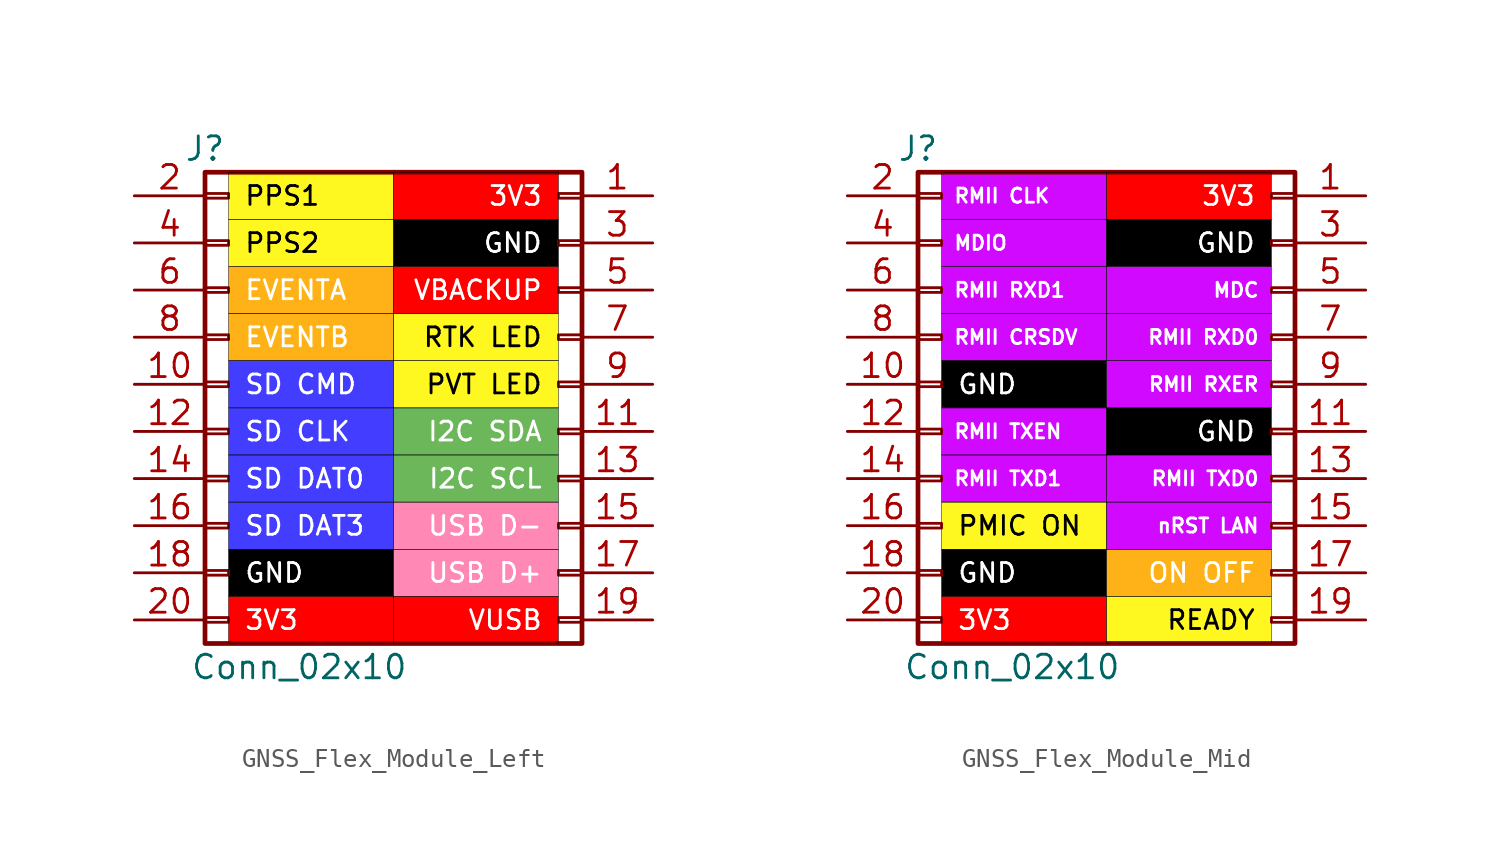
<source format=kicad_sym>
(kicad_symbol_lib
  (version 20241209)
  (generator "kicad_symbol_editor")
  (generator_version "9.0")
  (symbol "GNSS_Flex_Module_Left"
    (pin_names
      (offset 1.016)
      (hide yes))
    (property "Reference" "J"
      (at -10.16 12.7 0)
      (effects (font (size 1.27 1.27))))
    (property "Value" "Conn_02x10"
      (at -5.08 -15.24 0)
      (effects (font (size 1.27 1.27))))
    (symbol "GNSS_Flex_Module_Left_1_1"
      (rectangle (start -10.16 11.43) (end 10.16 -13.97) (stroke (width 0.254) (type default)) (fill (type none)))
      (rectangle (start -10.16 10.287) (end -8.89 10.033) (stroke (width 0.152) (type default)) (fill (type none)))
      (rectangle (start -10.16 7.747) (end -8.89 7.493) (stroke (width 0.152) (type default)) (fill (type none)))
      (rectangle (start -10.16 5.207) (end -8.89 4.953) (stroke (width 0.152) (type default)) (fill (type none)))
      (rectangle (start -10.16 2.667) (end -8.89 2.413) (stroke (width 0.152) (type default)) (fill (type none)))
      (rectangle (start -10.16 0.127) (end -8.89 -0.127) (stroke (width 0.152) (type default)) (fill (type none)))
      (rectangle (start -10.16 -2.413) (end -8.89 -2.667) (stroke (width 0.152) (type default)) (fill (type none)))
      (rectangle (start -10.16 -4.953) (end -8.89 -5.207) (stroke (width 0.152) (type default)) (fill (type none)))
      (rectangle (start -10.16 -7.493) (end -8.89 -7.747) (stroke (width 0.152) (type default)) (fill (type none)))
      (rectangle (start -10.16 -10.033) (end -8.89 -10.287) (stroke (width 0.152) (type default)) (fill (type none)))
      (rectangle (start -10.16 -12.573) (end -8.89 -12.827) (stroke (width 0.152) (type default)) (fill (type none)))
      (rectangle (start 8.89 10.287) (end 10.16 10.033) (stroke (width 0.152) (type default)) (fill (type none)))
      (rectangle (start 8.89 7.747) (end 10.16 7.493) (stroke (width 0.152) (type default)) (fill (type none)))
      (rectangle (start 8.89 5.207) (end 10.16 4.953) (stroke (width 0.152) (type default)) (fill (type none)))
      (rectangle (start 8.89 2.667) (end 10.16 2.413) (stroke (width 0.152) (type default)) (fill (type none)))
      (rectangle (start 8.89 0.127) (end 10.16 -0.127) (stroke (width 0.152) (type default)) (fill (type none)))
      (rectangle (start 8.89 -2.413) (end 10.16 -2.667) (stroke (width 0.152) (type default)) (fill (type none)))
      (rectangle (start 8.89 -4.953) (end 10.16 -5.207) (stroke (width 0.152) (type default)) (fill (type none)))
      (rectangle (start 8.89 -7.493) (end 10.16 -7.747) (stroke (width 0.152) (type default)) (fill (type none)))
      (rectangle (start 8.89 -10.033) (end 10.16 -10.287) (stroke (width 0.152) (type default)) (fill (type none)))
      (rectangle (start 8.89 -12.573) (end 10.16 -12.827) (stroke (width 0.152) (type default)) (fill (type none)))
      (text_box "PPS1" (at -8.89 11.43 0) (size 8.89 -2.54) (margins 0.813 0.813 0.813 0.813) (stroke (width 0.025) (type default) (color 0 0 1 1)) (fill (type color) (color 255 248 32 1)) (effects (font (size 1.016 1.016) (color 0 0 0 1)) (justify left)))
      (text_box "PPS2" (at -8.89 8.89 0) (size 8.89 -2.54) (margins 0.813 0.813 0.813 0.813) (stroke (width 0.025) (type default) (color 0 0 1 1)) (fill (type color) (color 255 248 32 1)) (effects (font (size 1.016 1.016) (color 0 0 0 1)) (justify left)))
      (text_box "EVENTA" (at -8.89 6.35 0) (size 8.89 -2.54) (margins 0.813 0.813 0.813 0.813) (stroke (width 0.025) (type default) (color 0 0 1 1)) (fill (type color) (color 255 178 23 1)) (effects (font (size 1.016 1.016) (color 255 255 255 1)) (justify left)))
      (text_box "EVENTB" (at -8.89 3.81 0) (size 8.89 -2.54) (margins 0.813 0.813 0.813 0.813) (stroke (width 0.025) (type default) (color 0 0 1 1)) (fill (type color) (color 255 178 23 1)) (effects (font (size 1.016 1.016) (color 255 255 255 1)) (justify left)))
      (text_box "SD CMD" (at -8.89 1.27 0) (size 8.89 -2.54) (margins 0.813 0.813 0.813 0.813) (stroke (width 0.025) (type default) (color 0 0 1 1)) (fill (type color) (color 67 61 255 1)) (effects (font (size 1.016 1.016) (color 255 255 255 1)) (justify left)))
      (text_box "SD CLK" (at -8.89 -1.27 0) (size 8.89 -2.54) (margins 0.813 0.813 0.813 0.813) (stroke (width 0.025) (type default) (color 0 0 1 1)) (fill (type color) (color 67 61 255 1)) (effects (font (size 1.016 1.016) (color 255 255 255 1)) (justify left)))
      (text_box "SD DAT0" (at -8.89 -3.81 0) (size 8.89 -2.54) (margins 0.813 0.813 0.813 0.813) (stroke (width 0.025) (type default) (color 0 0 1 1)) (fill (type color) (color 67 61 255 1)) (effects (font (size 1.016 1.016) (color 255 255 255 1)) (justify left)))
      (text_box "SD DAT3" (at -8.89 -6.35 0) (size 8.89 -2.54) (margins 0.813 0.813 0.813 0.813) (stroke (width 0.025) (type default) (color 0 0 1 1)) (fill (type color) (color 67 61 255 1)) (effects (font (size 1.016 1.016) (color 255 255 255 1)) (justify left)))
      (text_box "GND" (at -8.89 -8.89 0) (size 8.89 -2.54) (margins 0.813 0.813 0.813 0.813) (stroke (width 0.025) (type default) (color 0 0 1 1)) (fill (type color) (color 0 0 0 1)) (effects (font (size 1.016 1.016) (color 255 255 255 1)) (justify left)))
      (text_box "3V3" (at -8.89 -11.43 0) (size 8.89 -2.54) (margins 0.813 0.813 0.813 0.813) (stroke (width 0.025) (type default) (color 0 0 1 1)) (fill (type color) (color 255 0 0 1)) (effects (font (size 1.016 1.016) (color 255 255 255 1)) (justify left)))
      (text_box "3V3" (at 0 11.43 0) (size 8.89 -2.54) (margins 0.813 0.813 0.813 0.813) (stroke (width 0.025) (type default) (color 0 0 1 1)) (fill (type color) (color 255 0 0 1)) (effects (font (size 1.016 1.016) (color 255 255 255 1)) (justify right)))
      (text_box "GND" (at 0 8.89 0) (size 8.89 -2.54) (margins 0.813 0.813 0.813 0.813) (stroke (width 0.025) (type default) (color 0 0 1 1)) (fill (type color) (color 0 0 0 1)) (effects (font (size 1.016 1.016) (color 255 255 255 1)) (justify right)))
      (text_box "VBACKUP" (at 0 6.35 0) (size 8.89 -2.54) (margins 0.813 0.813 0.813 0.813) (stroke (width 0.025) (type default) (color 0 0 1 1)) (fill (type color) (color 255 0 0 1)) (effects (font (size 1.016 1.016) (color 255 255 255 1)) (justify right)))
      (text_box "RTK LED" (at 0 3.81 0) (size 8.89 -2.54) (margins 0.813 0.813 0.813 0.813) (stroke (width 0.025) (type default) (color 0 0 1 1)) (fill (type color) (color 255 248 32 1)) (effects (font (size 1.016 1.016) (color 0 0 0 1)) (justify right)))
      (text_box "PVT LED" (at 0 1.27 0) (size 8.89 -2.54) (margins 0.813 0.813 0.813 0.813) (stroke (width 0.025) (type default) (color 0 0 1 1)) (fill (type color) (color 255 248 32 1)) (effects (font (size 1.016 1.016) (color 0 0 0 1)) (justify right)))
      (text_box "I2C SDA" (at 0 -1.27 0) (size 8.89 -2.54) (margins 0.813 0.813 0.813 0.813) (stroke (width 0.025) (type default) (color 0 0 1 1)) (fill (type color) (color 108 183 90 1)) (effects (font (size 1.016 1.016) (color 255 255 255 1)) (justify right)))
      (text_box "I2C SCL" (at 0 -3.81 0) (size 8.89 -2.54) (margins 0.813 0.813 0.813 0.813) (stroke (width 0.025) (type default) (color 0 0 1 1)) (fill (type color) (color 108 183 90 1)) (effects (font (size 1.016 1.016) (color 255 255 255 1)) (justify right)))
      (text_box "USB D-" (at 0 -6.35 0) (size 8.89 -2.54) (margins 0.813 0.813 0.813 0.813) (stroke (width 0.025) (type default) (color 0 0 1 1)) (fill (type color) (color 255 136 181 1)) (effects (font (size 1.016 1.016) (color 255 255 255 1)) (justify right)))
      (text_box "USB D+" (at 0 -8.89 0) (size 8.89 -2.54) (margins 0.813 0.813 0.813 0.813) (stroke (width 0.025) (type default) (color 0 0 1 1)) (fill (type color) (color 255 136 181 1)) (effects (font (size 1.016 1.016) (color 255 255 255 1)) (justify right)))
      (text_box "VUSB" (at 0 -11.43 0) (size 8.89 -2.54) (margins 0.813 0.813 0.813 0.813) (stroke (width 0.025) (type default) (color 0 0 1 1)) (fill (type color) (color 255 0 0 1)) (effects (font (size 1.016 1.016) (color 255 255 255 1)) (justify right)))
      (pin passive line (at -13.97 10.16 0) (length 3.81) (name "Pin_2" (effects (font (size 1.27 1.27)))) (number "2" (effects (font (size 1.27 1.27)))))
      (pin passive line (at -13.97 7.62 0) (length 3.81) (name "Pin_4" (effects (font (size 1.27 1.27)))) (number "4" (effects (font (size 1.27 1.27)))))
      (pin passive line (at -13.97 5.08 0) (length 3.81) (name "Pin_6" (effects (font (size 1.27 1.27)))) (number "6" (effects (font (size 1.27 1.27)))))
      (pin passive line (at -13.97 2.54 0) (length 3.81) (name "Pin_8" (effects (font (size 1.27 1.27)))) (number "8" (effects (font (size 1.27 1.27)))))
      (pin passive line (at -13.97 0 0) (length 3.81) (name "Pin_10" (effects (font (size 1.27 1.27)))) (number "10" (effects (font (size 1.27 1.27)))))
      (pin passive line (at -13.97 -2.54 0) (length 3.81) (name "Pin_12" (effects (font (size 1.27 1.27)))) (number "12" (effects (font (size 1.27 1.27)))))
      (pin passive line (at -13.97 -5.08 0) (length 3.81) (name "Pin_14" (effects (font (size 1.27 1.27)))) (number "14" (effects (font (size 1.27 1.27)))))
      (pin passive line (at -13.97 -7.62 0) (length 3.81) (name "Pin_16" (effects (font (size 1.27 1.27)))) (number "16" (effects (font (size 1.27 1.27)))))
      (pin passive line (at -13.97 -10.16 0) (length 3.81) (name "Pin_18" (effects (font (size 1.27 1.27)))) (number "18" (effects (font (size 1.27 1.27)))))
      (pin passive line (at -13.97 -12.7 0) (length 3.81) (name "Pin_20" (effects (font (size 1.27 1.27)))) (number "20" (effects (font (size 1.27 1.27)))))
      (pin passive line (at 13.97 10.16 180) (length 3.81) (name "Pin_1" (effects (font (size 1.27 1.27)))) (number "1" (effects (font (size 1.27 1.27)))))
      (pin passive line (at 13.97 7.62 180) (length 3.81) (name "Pin_3" (effects (font (size 1.27 1.27)))) (number "3" (effects (font (size 1.27 1.27)))))
      (pin passive line (at 13.97 5.08 180) (length 3.81) (name "Pin_5" (effects (font (size 1.27 1.27)))) (number "5" (effects (font (size 1.27 1.27)))))
      (pin passive line (at 13.97 2.54 180) (length 3.81) (name "Pin_7" (effects (font (size 1.27 1.27)))) (number "7" (effects (font (size 1.27 1.27)))))
      (pin passive line (at 13.97 0 180) (length 3.81) (name "Pin_9" (effects (font (size 1.27 1.27)))) (number "9" (effects (font (size 1.27 1.27)))))
      (pin passive line (at 13.97 -2.54 180) (length 3.81) (name "Pin_11" (effects (font (size 1.27 1.27)))) (number "11" (effects (font (size 1.27 1.27)))))
      (pin passive line (at 13.97 -5.08 180) (length 3.81) (name "Pin_13" (effects (font (size 1.27 1.27)))) (number "13" (effects (font (size 1.27 1.27)))))
      (pin passive line (at 13.97 -7.62 180) (length 3.81) (name "Pin_15" (effects (font (size 1.27 1.27)))) (number "15" (effects (font (size 1.27 1.27)))))
      (pin passive line (at 13.97 -10.16 180) (length 3.81) (name "Pin_17" (effects (font (size 1.27 1.27)))) (number "17" (effects (font (size 1.27 1.27)))))
      (pin passive line (at 13.97 -12.7 180) (length 3.81) (name "Pin_19" (effects (font (size 1.27 1.27)))) (number "19" (effects (font (size 1.27 1.27)))))))
  (symbol "GNSS_Flex_Module_Mid"
    (pin_names
      (offset 1.016)
      (hide yes))
    (property "Reference" "J"
      (at -10.16 12.7 0)
      (effects (font (size 1.27 1.27))))
    (property "Value" "Conn_02x10"
      (at -5.08 -15.24 0)
      (effects (font (size 1.27 1.27))))
    (symbol "GNSS_Flex_Module_Mid_1_1"
      (rectangle (start -10.16 11.43) (end 10.16 -13.97) (stroke (width 0.254) (type default)) (fill (type none)))
      (rectangle (start -10.16 10.287) (end -8.89 10.033) (stroke (width 0.152) (type default)) (fill (type none)))
      (rectangle (start -10.16 7.747) (end -8.89 7.493) (stroke (width 0.152) (type default)) (fill (type none)))
      (rectangle (start -10.16 5.207) (end -8.89 4.953) (stroke (width 0.152) (type default)) (fill (type none)))
      (rectangle (start -10.16 2.667) (end -8.89 2.413) (stroke (width 0.152) (type default)) (fill (type none)))
      (rectangle (start -10.16 0.127) (end -8.89 -0.127) (stroke (width 0.152) (type default)) (fill (type none)))
      (rectangle (start -10.16 -2.413) (end -8.89 -2.667) (stroke (width 0.152) (type default)) (fill (type none)))
      (rectangle (start -10.16 -4.953) (end -8.89 -5.207) (stroke (width 0.152) (type default)) (fill (type none)))
      (rectangle (start -10.16 -7.493) (end -8.89 -7.747) (stroke (width 0.152) (type default)) (fill (type none)))
      (rectangle (start -10.16 -10.033) (end -8.89 -10.287) (stroke (width 0.152) (type default)) (fill (type none)))
      (rectangle (start -10.16 -12.573) (end -8.89 -12.827) (stroke (width 0.152) (type default)) (fill (type none)))
      (rectangle (start 8.89 10.287) (end 10.16 10.033) (stroke (width 0.152) (type default)) (fill (type none)))
      (rectangle (start 8.89 7.747) (end 10.16 7.493) (stroke (width 0.152) (type default)) (fill (type none)))
      (rectangle (start 8.89 5.207) (end 10.16 4.953) (stroke (width 0.152) (type default)) (fill (type none)))
      (rectangle (start 8.89 2.667) (end 10.16 2.413) (stroke (width 0.152) (type default)) (fill (type none)))
      (rectangle (start 8.89 0.127) (end 10.16 -0.127) (stroke (width 0.152) (type default)) (fill (type none)))
      (rectangle (start 8.89 -2.413) (end 10.16 -2.667) (stroke (width 0.152) (type default)) (fill (type none)))
      (rectangle (start 8.89 -4.953) (end 10.16 -5.207) (stroke (width 0.152) (type default)) (fill (type none)))
      (rectangle (start 8.89 -7.493) (end 10.16 -7.747) (stroke (width 0.152) (type default)) (fill (type none)))
      (rectangle (start 8.89 -10.033) (end 10.16 -10.287) (stroke (width 0.152) (type default)) (fill (type none)))
      (rectangle (start 8.89 -12.573) (end 10.16 -12.827) (stroke (width 0.152) (type default)) (fill (type none)))
      (text_box "RMII CLK" (at -8.89 11.43 0) (size 8.89 -2.54) (margins 0.61 0.61 0.61 0.61) (stroke (width 0.025) (type default) (color 0 0 1 1)) (fill (type color) (color 209 9 255 1)) (effects (font (size 0.762 0.762) (color 255 255 255 1)) (justify left)))
      (text_box "MDIO" (at -8.89 8.89 0) (size 8.89 -2.54) (margins 0.61 0.61 0.61 0.61) (stroke (width 0.025) (type default) (color 0 0 1 1)) (fill (type color) (color 209 9 255 1)) (effects (font (size 0.762 0.762) (color 255 255 255 1)) (justify left)))
      (text_box "RMII RXD1" (at -8.89 6.35 0) (size 8.89 -2.54) (margins 0.61 0.61 0.61 0.61) (stroke (width 0.025) (type default) (color 0 0 1 1)) (fill (type color) (color 209 9 255 1)) (effects (font (size 0.762 0.762) (color 255 255 255 1)) (justify left)))
      (text_box "RMII CRSDV" (at -8.89 3.81 0) (size 8.89 -2.54) (margins 0.61 0.61 0.61 0.61) (stroke (width 0.025) (type default) (color 0 0 1 1)) (fill (type color) (color 209 9 255 1)) (effects (font (size 0.762 0.762) (color 255 255 255 1)) (justify left)))
      (text_box "GND" (at -8.89 1.27 0) (size 8.89 -2.54) (margins 0.813 0.813 0.813 0.813) (stroke (width 0.025) (type default) (color 0 0 1 1)) (fill (type color) (color 0 0 0 1)) (effects (font (size 1.016 1.016) (color 255 255 255 1)) (justify left)))
      (text_box "RMII TXEN" (at -8.89 -1.27 0) (size 8.89 -2.54) (margins 0.61 0.61 0.61 0.61) (stroke (width 0.025) (type default) (color 0 0 1 1)) (fill (type color) (color 209 9 255 1)) (effects (font (size 0.762 0.762) (color 255 255 255 1)) (justify left)))
      (text_box "RMII TXD1" (at -8.89 -3.81 0) (size 8.89 -2.54) (margins 0.61 0.61 0.61 0.61) (stroke (width 0.025) (type default) (color 0 0 1 1)) (fill (type color) (color 209 9 255 1)) (effects (font (size 0.762 0.762) (color 255 255 255 1)) (justify left)))
      (text_box "PMIC ON" (at -8.89 -6.35 0) (size 8.89 -2.54) (margins 0.813 0.813 0.813 0.813) (stroke (width 0.025) (type default) (color 0 0 1 1)) (fill (type color) (color 255 248 32 1)) (effects (font (size 1.016 1.016) (color 0 0 0 1)) (justify left)))
      (text_box "GND" (at -8.89 -8.89 0) (size 8.89 -2.54) (margins 0.813 0.813 0.813 0.813) (stroke (width 0.025) (type default) (color 0 0 1 1)) (fill (type color) (color 0 0 0 1)) (effects (font (size 1.016 1.016) (color 255 255 255 1)) (justify left)))
      (text_box "3V3" (at -8.89 -11.43 0) (size 8.89 -2.54) (margins 0.813 0.813 0.813 0.813) (stroke (width 0.025) (type default) (color 0 0 1 1)) (fill (type color) (color 255 0 0 1)) (effects (font (size 1.016 1.016) (color 255 255 255 1)) (justify left)))
      (text_box "3V3" (at 0 11.43 0) (size 8.89 -2.54) (margins 0.813 0.813 0.813 0.813) (stroke (width 0.025) (type default) (color 0 0 1 1)) (fill (type color) (color 255 0 0 1)) (effects (font (size 1.016 1.016) (color 255 255 255 1)) (justify right)))
      (text_box "GND" (at 0 8.89 0) (size 8.89 -2.54) (margins 0.813 0.813 0.813 0.813) (stroke (width 0.025) (type default) (color 0 0 1 1)) (fill (type color) (color 0 0 0 1)) (effects (font (size 1.016 1.016) (color 255 255 255 1)) (justify right)))
      (text_box "MDC" (at 0 6.35 0) (size 8.89 -2.54) (margins 0.61 0.61 0.61 0.61) (stroke (width 0.025) (type default) (color 0 0 1 1)) (fill (type color) (color 209 9 255 1)) (effects (font (size 0.762 0.762) (color 255 255 255 1)) (justify right)))
      (text_box "RMII RXD0" (at 0 3.81 0) (size 8.89 -2.54) (margins 0.61 0.61 0.61 0.61) (stroke (width 0.025) (type default) (color 0 0 1 1)) (fill (type color) (color 209 9 255 1)) (effects (font (size 0.762 0.762) (color 255 255 255 1)) (justify right)))
      (text_box "RMII RXER" (at 0 1.27 0) (size 8.89 -2.54) (margins 0.61 0.61 0.61 0.61) (stroke (width 0.025) (type default) (color 0 0 1 1)) (fill (type color) (color 209 9 255 1)) (effects (font (size 0.762 0.762) (color 255 255 255 1)) (justify right)))
      (text_box "GND" (at 0 -1.27 0) (size 8.89 -2.54) (margins 0.813 0.813 0.813 0.813) (stroke (width 0.025) (type default) (color 0 0 1 1)) (fill (type color) (color 0 0 0 1)) (effects (font (size 1.016 1.016) (color 255 255 255 1)) (justify right)))
      (text_box "RMII TXD0" (at 0 -3.81 0) (size 8.89 -2.54) (margins 0.61 0.61 0.61 0.61) (stroke (width 0.025) (type default) (color 0 0 1 1)) (fill (type color) (color 209 9 255 1)) (effects (font (size 0.762 0.762) (color 255 255 255 1)) (justify right)))
      (text_box "nRST LAN" (at 0 -6.35 0) (size 8.89 -2.54) (margins 0.61 0.61 0.61 0.61) (stroke (width 0.025) (type default) (color 0 0 1 1)) (fill (type color) (color 209 9 255 1)) (effects (font (size 0.762 0.762) (color 255 255 255 1)) (justify right)))
      (text_box "ON OFF" (at 0 -8.89 0) (size 8.89 -2.54) (margins 0.813 0.813 0.813 0.813) (stroke (width 0.025) (type default) (color 0 0 1 1)) (fill (type color) (color 255 178 23 1)) (effects (font (size 1.016 1.016) (color 255 255 255 1)) (justify right)))
      (text_box "READY" (at 0 -11.43 0) (size 8.89 -2.54) (margins 0.813 0.813 0.813 0.813) (stroke (width 0.025) (type default) (color 0 0 1 1)) (fill (type color) (color 255 248 32 1)) (effects (font (size 1.016 1.016) (color 0 0 0 1)) (justify right)))
      (pin passive line (at -13.97 10.16 0) (length 3.81) (name "Pin_2" (effects (font (size 1.27 1.27)))) (number "2" (effects (font (size 1.27 1.27)))))
      (pin passive line (at -13.97 7.62 0) (length 3.81) (name "Pin_4" (effects (font (size 1.27 1.27)))) (number "4" (effects (font (size 1.27 1.27)))))
      (pin passive line (at -13.97 5.08 0) (length 3.81) (name "Pin_6" (effects (font (size 1.27 1.27)))) (number "6" (effects (font (size 1.27 1.27)))))
      (pin passive line (at -13.97 2.54 0) (length 3.81) (name "Pin_8" (effects (font (size 1.27 1.27)))) (number "8" (effects (font (size 1.27 1.27)))))
      (pin passive line (at -13.97 0 0) (length 3.81) (name "Pin_10" (effects (font (size 1.27 1.27)))) (number "10" (effects (font (size 1.27 1.27)))))
      (pin passive line (at -13.97 -2.54 0) (length 3.81) (name "Pin_12" (effects (font (size 1.27 1.27)))) (number "12" (effects (font (size 1.27 1.27)))))
      (pin passive line (at -13.97 -5.08 0) (length 3.81) (name "Pin_14" (effects (font (size 1.27 1.27)))) (number "14" (effects (font (size 1.27 1.27)))))
      (pin passive line (at -13.97 -7.62 0) (length 3.81) (name "Pin_16" (effects (font (size 1.27 1.27)))) (number "16" (effects (font (size 1.27 1.27)))))
      (pin passive line (at -13.97 -10.16 0) (length 3.81) (name "Pin_18" (effects (font (size 1.27 1.27)))) (number "18" (effects (font (size 1.27 1.27)))))
      (pin passive line (at -13.97 -12.7 0) (length 3.81) (name "Pin_20" (effects (font (size 1.27 1.27)))) (number "20" (effects (font (size 1.27 1.27)))))
      (pin passive line (at 13.97 10.16 180) (length 3.81) (name "Pin_1" (effects (font (size 1.27 1.27)))) (number "1" (effects (font (size 1.27 1.27)))))
      (pin passive line (at 13.97 7.62 180) (length 3.81) (name "Pin_3" (effects (font (size 1.27 1.27)))) (number "3" (effects (font (size 1.27 1.27)))))
      (pin passive line (at 13.97 5.08 180) (length 3.81) (name "Pin_5" (effects (font (size 1.27 1.27)))) (number "5" (effects (font (size 1.27 1.27)))))
      (pin passive line (at 13.97 2.54 180) (length 3.81) (name "Pin_7" (effects (font (size 1.27 1.27)))) (number "7" (effects (font (size 1.27 1.27)))))
      (pin passive line (at 13.97 0 180) (length 3.81) (name "Pin_9" (effects (font (size 1.27 1.27)))) (number "9" (effects (font (size 1.27 1.27)))))
      (pin passive line (at 13.97 -2.54 180) (length 3.81) (name "Pin_11" (effects (font (size 1.27 1.27)))) (number "11" (effects (font (size 1.27 1.27)))))
      (pin passive line (at 13.97 -5.08 180) (length 3.81) (name "Pin_13" (effects (font (size 1.27 1.27)))) (number "13" (effects (font (size 1.27 1.27)))))
      (pin passive line (at 13.97 -7.62 180) (length 3.81) (name "Pin_15" (effects (font (size 1.27 1.27)))) (number "15" (effects (font (size 1.27 1.27)))))
      (pin passive line (at 13.97 -10.16 180) (length 3.81) (name "Pin_17" (effects (font (size 1.27 1.27)))) (number "17" (effects (font (size 1.27 1.27)))))
      (pin passive line (at 13.97 -12.7 180) (length 3.81) (name "Pin_19" (effects (font (size 1.27 1.27)))) (number "19" (effects (font (size 1.27 1.27))))))))
</source>
